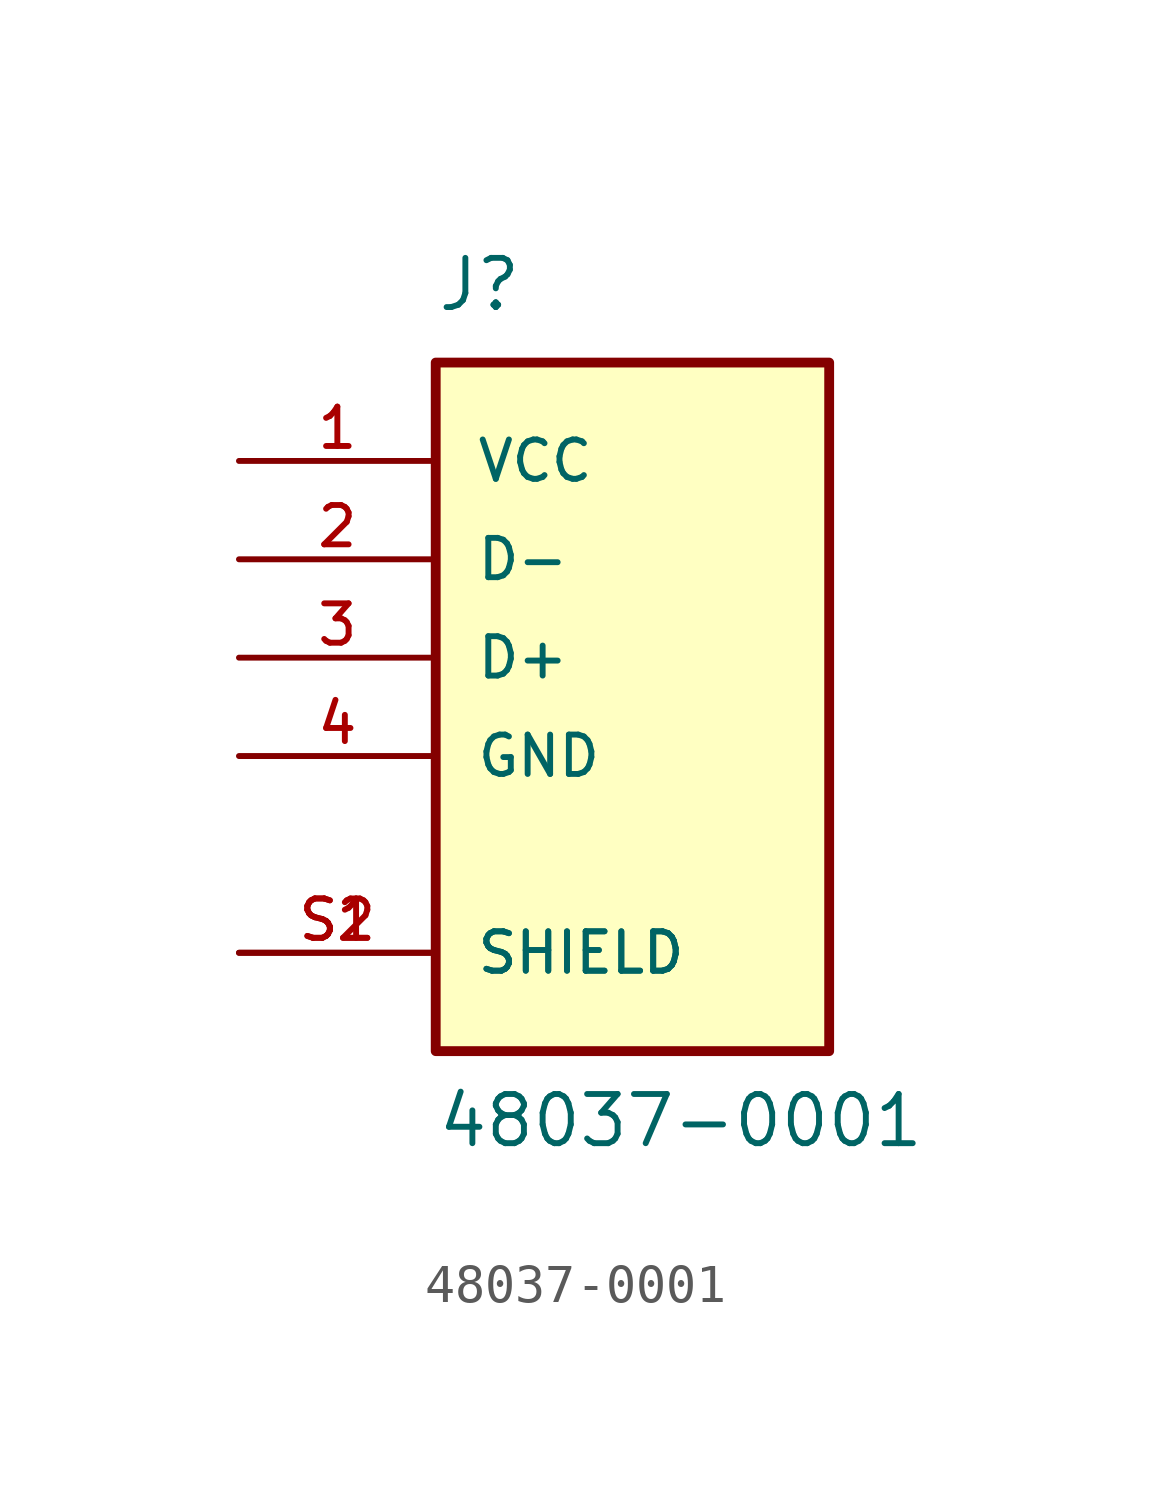
<source format=kicad_sym>
(kicad_symbol_lib
  (version 20211014)
  (generator kicad_symbol_editor)
  (symbol "48037-0001"
    (pin_names
      (offset 1.016))
    (property "Reference" "J"
      (at -5.08 8.89 0)
      (effects (font (size 1.27 1.27)) (justify left bottom)))
    (property "Value" "48037-0001"
      (at -5.08 -12.7 0)
      (effects (font (size 1.27 1.27)) (justify left bottom)))
    (property "ki_locked" ""
      (at 0 0 0)
      (effects (font (size 1.27 1.27))))
    (symbol "48037-0001_0_0"
      (rectangle (start -5.08 -10.16) (end 5.08 7.62) (stroke (width 0.254) (type default) (color 0 0 0 0)) (fill (type background)))
      (pin power_out line (at -10.16 5.08 0) (length 5.08) (name "VCC" (effects (font (size 1.016 1.016)))) (number "1" (effects (font (size 1.016 1.016)))))
      (pin bidirectional line (at -10.16 2.54 0) (length 5.08) (name "D-" (effects (font (size 1.016 1.016)))) (number "2" (effects (font (size 1.016 1.016)))))
      (pin bidirectional line (at -10.16 0 0) (length 5.08) (name "D+" (effects (font (size 1.016 1.016)))) (number "3" (effects (font (size 1.016 1.016)))))
      (pin power_in line (at -10.16 -2.54 0) (length 5.08) (name "GND" (effects (font (size 1.016 1.016)))) (number "4" (effects (font (size 1.016 1.016)))))
      (pin passive line (at -10.16 -7.62 0) (length 5.08) (name "SHIELD" (effects (font (size 1.016 1.016)))) (number "S1" (effects (font (size 1.016 1.016)))))
      (pin passive line (at -10.16 -7.62 0) (length 5.08) (name "SHIELD" (effects (font (size 1.016 1.016)))) (number "S2" (effects (font (size 1.016 1.016))))))))
</source>
